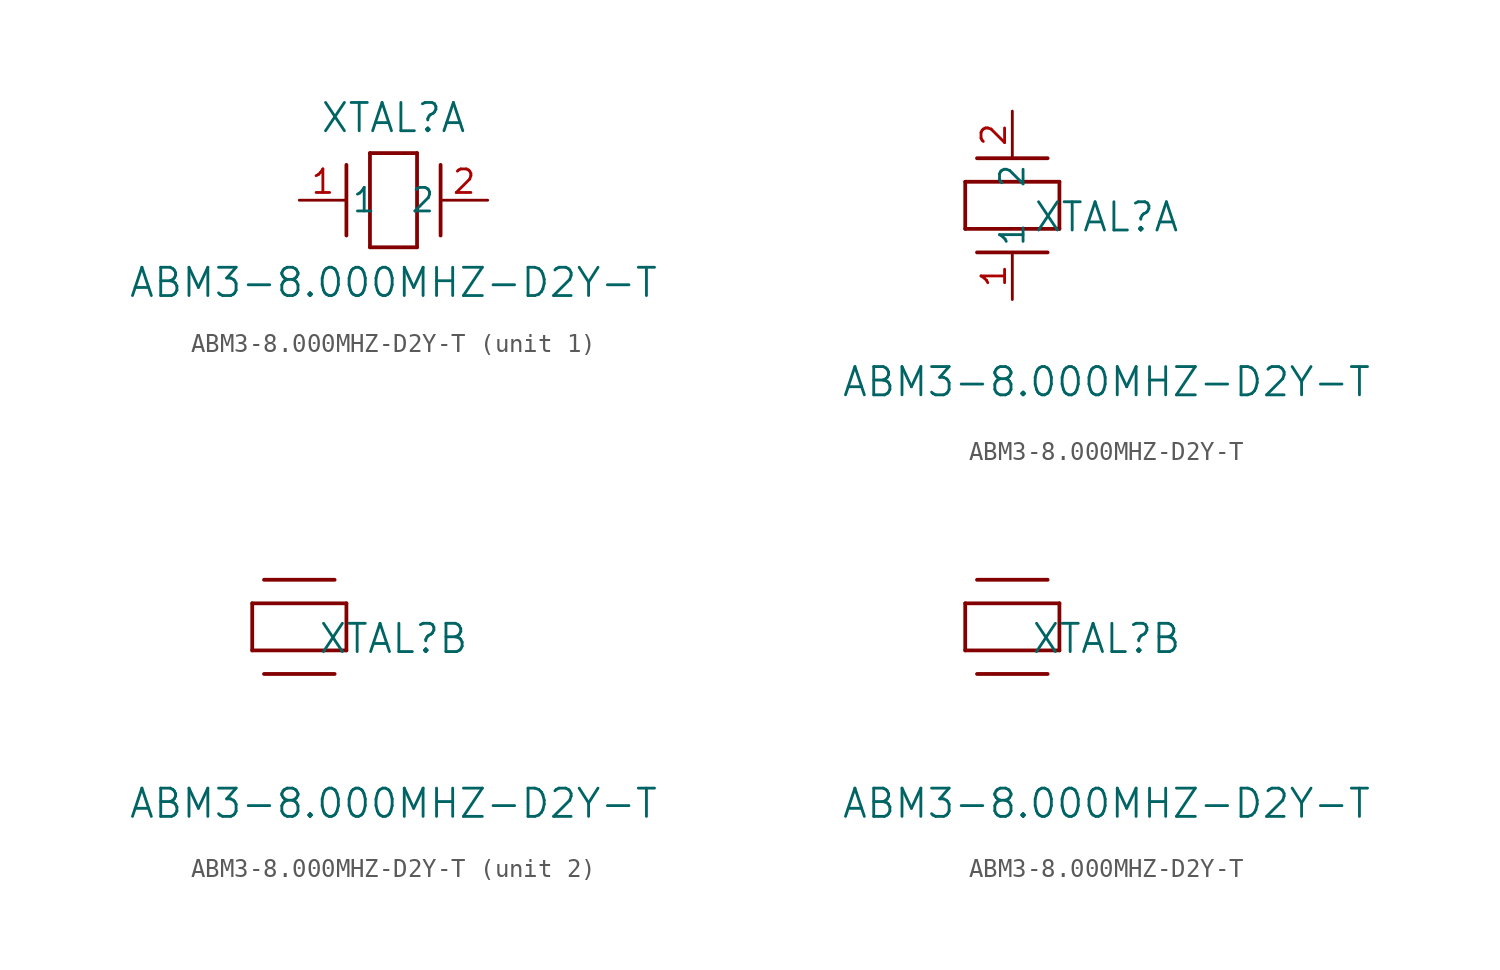
<source format=kicad_sym>
(kicad_symbol_lib
  (version 20211014)
  (generator kicad_symbol_editor)
  (symbol "ABM3-8.000MHZ-D2Y-T"
    (pin_names
      (offset 0.254))
    (property "Reference" "XTAL"
      (at 5.08 4.445 0)
      (effects (font (size 1.524 1.524))))
    (property "Value" "ABM3-8.000MHZ-D2Y-T"
      (at 5.08 -4.445 0)
      (effects (font (size 1.524 1.524))))
    (symbol "ABM3-8.000MHZ-D2Y-T_1_1"
      (polyline (pts (xy 2.54 -1.905) (xy 2.54 1.905)) (stroke (width 0.203) (type default) (color 0 0 0 0)) (fill (type none)))
      (polyline (pts (xy 6.35 2.54) (xy 6.35 -2.54)) (stroke (width 0.203) (type default) (color 0 0 0 0)) (fill (type none)))
      (polyline (pts (xy 7.62 -1.905) (xy 7.62 1.905)) (stroke (width 0.203) (type default) (color 0 0 0 0)) (fill (type none)))
      (polyline (pts (xy 6.35 -2.54) (xy 3.81 -2.54)) (stroke (width 0.203) (type default) (color 0 0 0 0)) (fill (type none)))
      (polyline (pts (xy 3.81 2.54) (xy 6.35 2.54)) (stroke (width 0.203) (type default) (color 0 0 0 0)) (fill (type none)))
      (polyline (pts (xy 3.81 -2.54) (xy 3.81 2.54)) (stroke (width 0.203) (type default) (color 0 0 0 0)) (fill (type none)))
      (pin unspecified line (at 0 0 0) (length 2.54) (name "1" (effects (font (size 1.27 1.27)))) (number "1" (effects (font (size 1.27 1.27)))))
      (pin unspecified line (at 10.16 0 180) (length 2.54) (name "2" (effects (font (size 1.27 1.27)))) (number "2" (effects (font (size 1.27 1.27))))))
    (symbol "ABM3-8.000MHZ-D2Y-T_1_2"
      (polyline (pts (xy 1.905 7.62) (xy -1.905 7.62)) (stroke (width 0.203) (type default) (color 0 0 0 0)) (fill (type none)))
      (polyline (pts (xy -2.54 3.81) (xy -2.54 6.35)) (stroke (width 0.203) (type default) (color 0 0 0 0)) (fill (type none)))
      (polyline (pts (xy 1.905 2.54) (xy -1.905 2.54)) (stroke (width 0.203) (type default) (color 0 0 0 0)) (fill (type none)))
      (polyline (pts (xy 2.54 6.35) (xy 2.54 3.81)) (stroke (width 0.203) (type default) (color 0 0 0 0)) (fill (type none)))
      (polyline (pts (xy -2.54 6.35) (xy 2.54 6.35)) (stroke (width 0.203) (type default) (color 0 0 0 0)) (fill (type none)))
      (polyline (pts (xy 2.54 3.81) (xy -2.54 3.81)) (stroke (width 0.203) (type default) (color 0 0 0 0)) (fill (type none)))
      (pin unspecified line (at 0 0 90) (length 2.54) (name "1" (effects (font (size 1.27 1.27)))) (number "1" (effects (font (size 1.27 1.27)))))
      (pin unspecified line (at 0 10.16 270) (length 2.54) (name "2" (effects (font (size 1.27 1.27)))) (number "2" (effects (font (size 1.27 1.27))))))
    (symbol "ABM3-8.000MHZ-D2Y-T_2_1"
      (polyline (pts (xy 1.905 7.62) (xy -1.905 7.62)) (stroke (width 0.203) (type default) (color 0 0 0 0)) (fill (type none)))
      (polyline (pts (xy -2.54 3.81) (xy -2.54 6.35)) (stroke (width 0.203) (type default) (color 0 0 0 0)) (fill (type none)))
      (polyline (pts (xy 1.905 2.54) (xy -1.905 2.54)) (stroke (width 0.203) (type default) (color 0 0 0 0)) (fill (type none)))
      (polyline (pts (xy 2.54 6.35) (xy 2.54 3.81)) (stroke (width 0.203) (type default) (color 0 0 0 0)) (fill (type none)))
      (polyline (pts (xy -2.54 6.35) (xy 2.54 6.35)) (stroke (width 0.203) (type default) (color 0 0 0 0)) (fill (type none)))
      (polyline (pts (xy 2.54 3.81) (xy -2.54 3.81)) (stroke (width 0.203) (type default) (color 0 0 0 0)) (fill (type none))))
    (symbol "ABM3-8.000MHZ-D2Y-T_2_2"
      (polyline (pts (xy 1.905 7.62) (xy -1.905 7.62)) (stroke (width 0.203) (type default) (color 0 0 0 0)) (fill (type none)))
      (polyline (pts (xy -2.54 3.81) (xy -2.54 6.35)) (stroke (width 0.203) (type default) (color 0 0 0 0)) (fill (type none)))
      (polyline (pts (xy 1.905 2.54) (xy -1.905 2.54)) (stroke (width 0.203) (type default) (color 0 0 0 0)) (fill (type none)))
      (polyline (pts (xy 2.54 6.35) (xy 2.54 3.81)) (stroke (width 0.203) (type default) (color 0 0 0 0)) (fill (type none)))
      (polyline (pts (xy -2.54 6.35) (xy 2.54 6.35)) (stroke (width 0.203) (type default) (color 0 0 0 0)) (fill (type none)))
      (polyline (pts (xy 2.54 3.81) (xy -2.54 3.81)) (stroke (width 0.203) (type default) (color 0 0 0 0)) (fill (type none))))))
</source>
